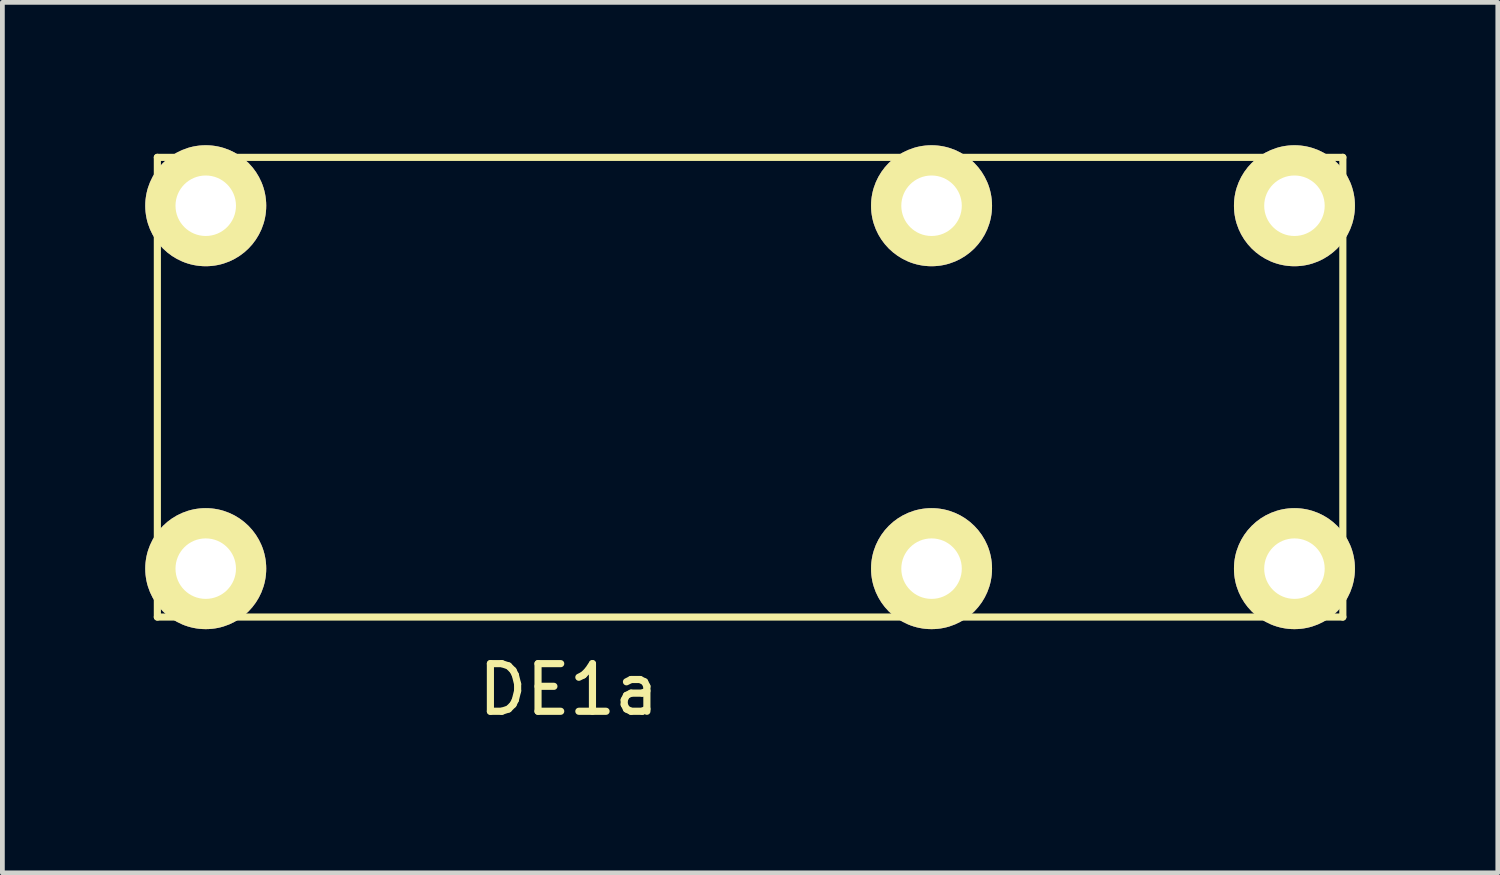
<source format=kicad_pcb>
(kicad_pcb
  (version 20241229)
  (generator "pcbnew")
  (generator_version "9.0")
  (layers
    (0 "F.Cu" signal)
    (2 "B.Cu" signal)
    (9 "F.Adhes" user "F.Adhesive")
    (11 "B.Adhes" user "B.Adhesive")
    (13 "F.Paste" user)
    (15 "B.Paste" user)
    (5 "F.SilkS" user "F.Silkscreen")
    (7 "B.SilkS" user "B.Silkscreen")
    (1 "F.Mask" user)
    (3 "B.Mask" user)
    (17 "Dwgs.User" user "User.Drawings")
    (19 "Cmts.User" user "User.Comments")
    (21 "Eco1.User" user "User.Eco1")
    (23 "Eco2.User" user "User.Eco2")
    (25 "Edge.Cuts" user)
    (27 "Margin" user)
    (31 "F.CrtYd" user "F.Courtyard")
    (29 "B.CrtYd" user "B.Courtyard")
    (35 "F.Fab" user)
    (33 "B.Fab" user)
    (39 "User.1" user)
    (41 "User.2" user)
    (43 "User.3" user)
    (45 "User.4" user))
  (footprint "DE1a"
    (layer "F.Cu")
    (at 8.89 5.08)
    (property "Reference" "DE1a" (at 0 6.35 0) (layer "F.SilkS") (effects (font (size 1 1) (thickness 0.15))))
    (attr through_hole)
    (fp_line (start -8.636 -4.826) (end -8.636 4.826) (stroke (width 0.15) (type solid)) (layer "F.SilkS"))
    (fp_line (start -8.636 4.826) (end 16.256 4.826) (stroke (width 0.15) (type solid)) (layer "F.SilkS"))
    (fp_line (start 16.256 -4.826) (end -8.636 -4.826) (stroke (width 0.15) (type solid)) (layer "F.SilkS"))
    (fp_line (start 16.256 4.826) (end 16.256 -4.826) (stroke (width 0.15) (type solid)) (layer "F.SilkS"))
    (pad "1" thru_hole circle (at -7.62 -3.81) (size 2.54 2.54) (drill 1.27) (layers "*.Cu" "*.Mask" "F.SilkS"))
    (pad "3" thru_hole circle (at 7.62 -3.81) (size 2.54 2.54) (drill 1.27) (layers "*.Cu" "*.Mask" "F.SilkS"))
    (pad "4" thru_hole circle (at 15.24 -3.81) (size 2.54 2.54) (drill 1.27) (layers "*.Cu" "*.Mask" "F.SilkS"))
    (pad "5" thru_hole circle (at 15.24 3.81) (size 2.54 2.54) (drill 1.27) (layers "*.Cu" "*.Mask" "F.SilkS"))
    (pad "6" thru_hole circle (at 7.62 3.81) (size 2.54 2.54) (drill 1.27) (layers "*.Cu" "*.Mask" "F.SilkS"))
    (pad "8" thru_hole circle (at -7.62 3.81) (size 2.54 2.54) (drill 1.27) (layers "*.Cu" "*.Mask" "F.SilkS")))
  (gr_rect
    (start -3 -3)
    (end 28.4 15.278)
    (stroke (width 0.1) (type default))
    (fill no)
    (layer "Edge.Cuts")))
</source>
